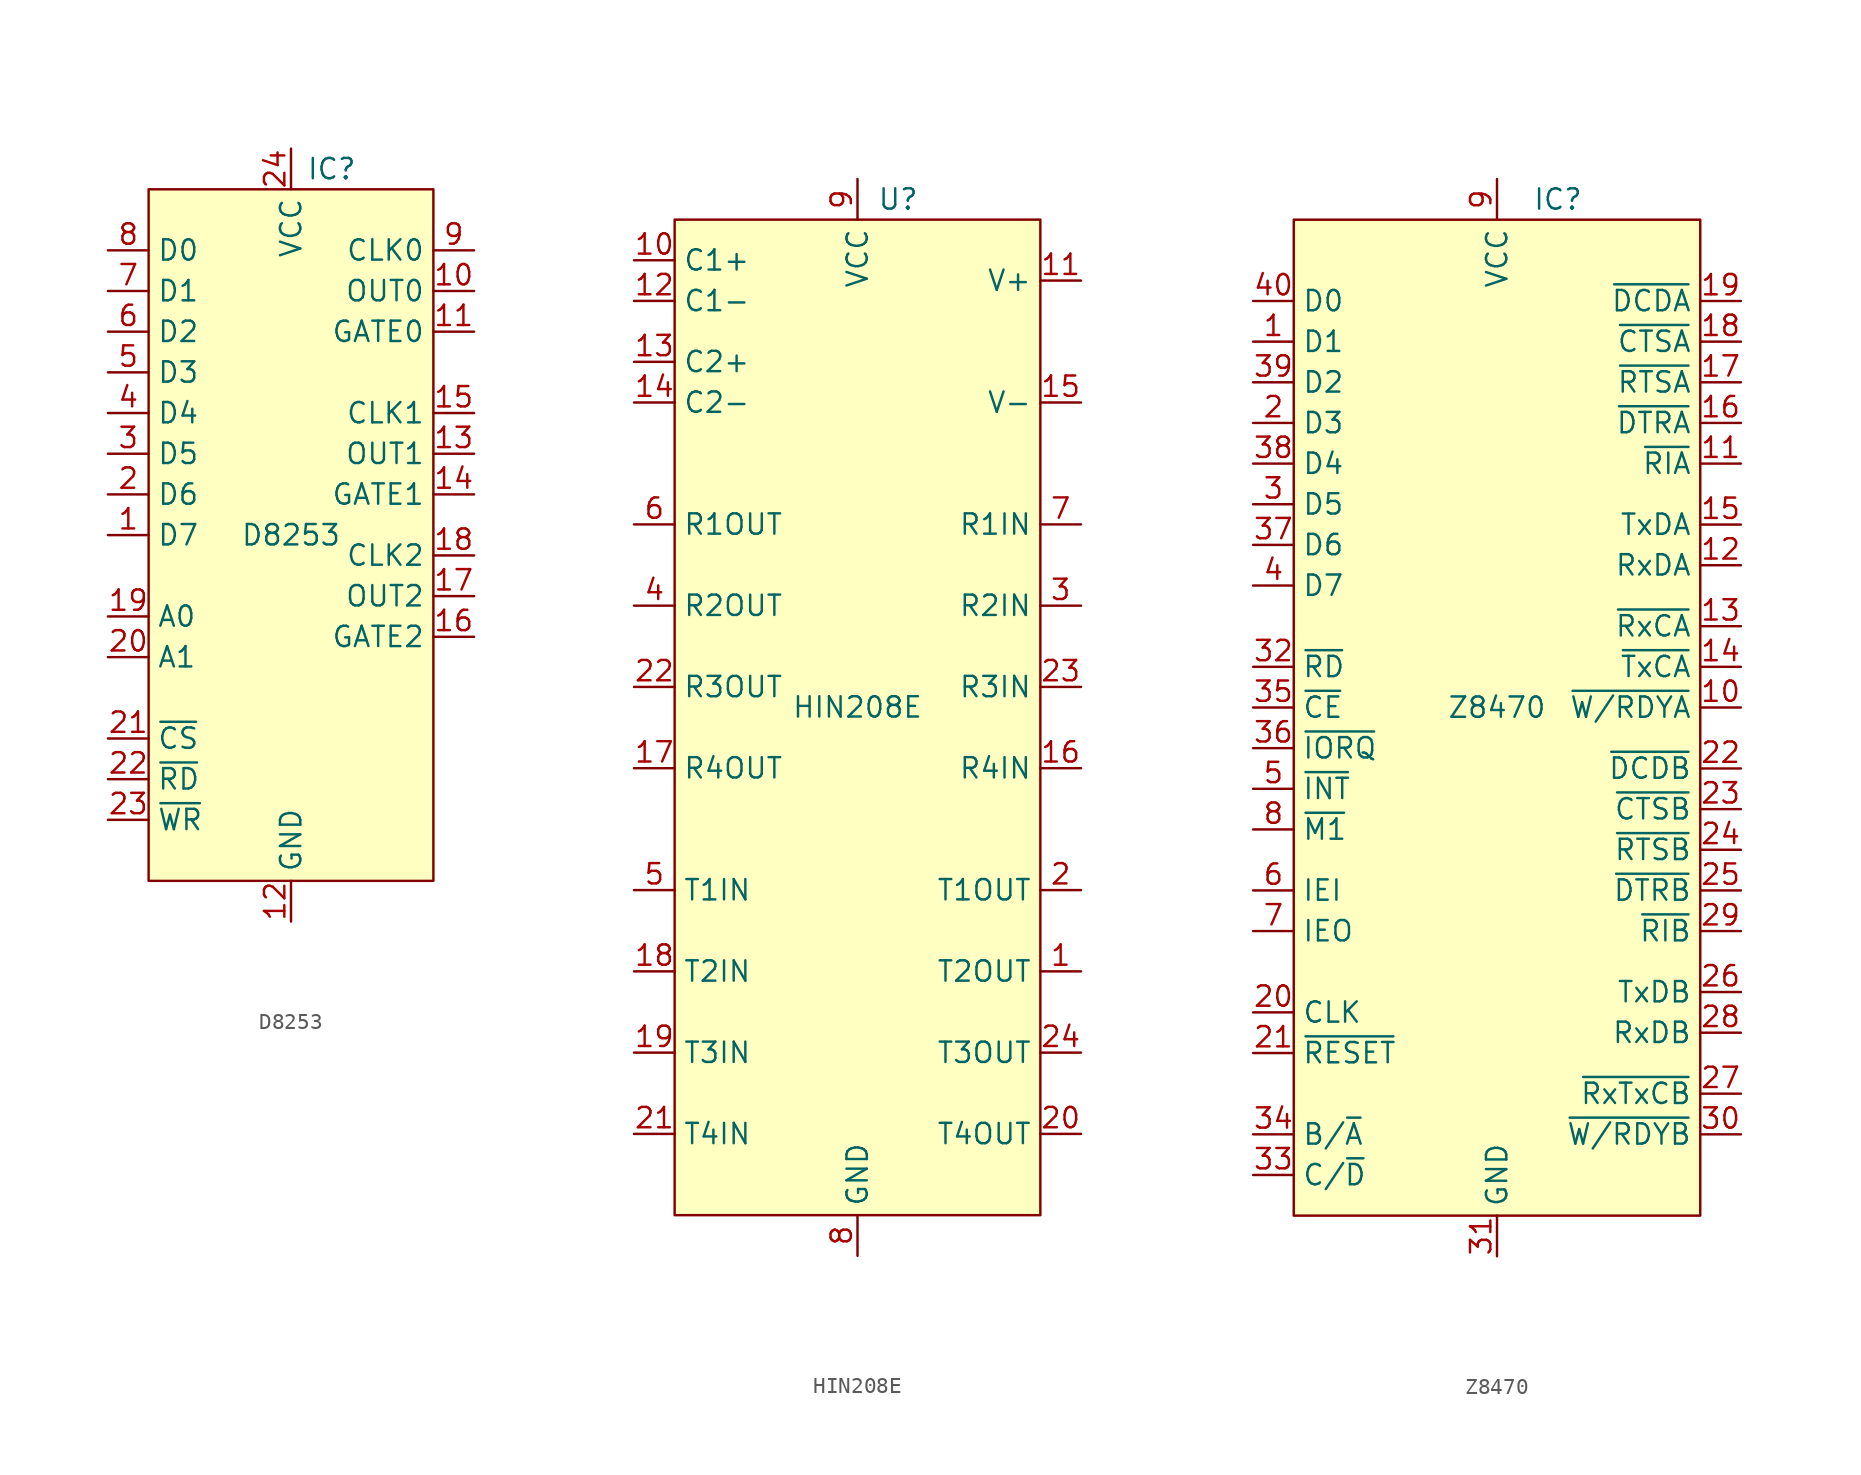
<source format=kicad_sym>
(kicad_symbol_lib
  (version 20220914)
  (generator kicad_symbol_editor)
  (symbol "D8253"
    (property "Reference" "IC"
      (at 2.54 22.86 0)
      (effects (font (size 1.27 1.27))))
    (property "Value" "D8253"
      (at 0 0 0)
      (effects (font (size 1.27 1.27))))
    (symbol "D8253_0_0"
      (pin bidirectional line (at -11.43 0 0) (length 2.54) (name "D7" (effects (font (size 1.27 1.27)))) (number "1" (effects (font (size 1.27 1.27)))))
      (pin passive line (at 11.43 15.24 180) (length 2.54) (name "OUT0" (effects (font (size 1.27 1.27)))) (number "10" (effects (font (size 1.27 1.27)))))
      (pin passive line (at 11.43 12.7 180) (length 2.54) (name "GATE0" (effects (font (size 1.27 1.27)))) (number "11" (effects (font (size 1.27 1.27)))))
      (pin power_in line (at 0 -24.13 90) (length 2.54) (name "GND" (effects (font (size 1.27 1.27)))) (number "12" (effects (font (size 1.27 1.27)))))
      (pin passive line (at 11.43 5.08 180) (length 2.54) (name "OUT1" (effects (font (size 1.27 1.27)))) (number "13" (effects (font (size 1.27 1.27)))))
      (pin passive line (at 11.43 2.54 180) (length 2.54) (name "GATE1" (effects (font (size 1.27 1.27)))) (number "14" (effects (font (size 1.27 1.27)))))
      (pin passive line (at 11.43 7.62 180) (length 2.54) (name "CLK1" (effects (font (size 1.27 1.27)))) (number "15" (effects (font (size 1.27 1.27)))))
      (pin passive line (at 11.43 -6.35 180) (length 2.54) (name "GATE2" (effects (font (size 1.27 1.27)))) (number "16" (effects (font (size 1.27 1.27)))))
      (pin passive line (at 11.43 -3.81 180) (length 2.54) (name "OUT2" (effects (font (size 1.27 1.27)))) (number "17" (effects (font (size 1.27 1.27)))))
      (pin passive line (at 11.43 -1.27 180) (length 2.54) (name "CLK2" (effects (font (size 1.27 1.27)))) (number "18" (effects (font (size 1.27 1.27)))))
      (pin input line (at -11.43 -5.08 0) (length 2.54) (name "A0" (effects (font (size 1.27 1.27)))) (number "19" (effects (font (size 1.27 1.27)))))
      (pin bidirectional line (at -11.43 2.54 0) (length 2.54) (name "D6" (effects (font (size 1.27 1.27)))) (number "2" (effects (font (size 1.27 1.27)))))
      (pin input line (at -11.43 -7.62 0) (length 2.54) (name "A1" (effects (font (size 1.27 1.27)))) (number "20" (effects (font (size 1.27 1.27)))))
      (pin input line (at -11.43 -12.7 0) (length 2.54) (name "~{CS}" (effects (font (size 1.27 1.27)))) (number "21" (effects (font (size 1.27 1.27)))))
      (pin input line (at -11.43 -15.24 0) (length 2.54) (name "~{RD}" (effects (font (size 1.27 1.27)))) (number "22" (effects (font (size 1.27 1.27)))))
      (pin input line (at -11.43 -17.78 0) (length 2.54) (name "~{WR}" (effects (font (size 1.27 1.27)))) (number "23" (effects (font (size 1.27 1.27)))))
      (pin power_in line (at 0 24.13 270) (length 2.54) (name "VCC" (effects (font (size 1.27 1.27)))) (number "24" (effects (font (size 1.27 1.27)))))
      (pin bidirectional line (at -11.43 5.08 0) (length 2.54) (name "D5" (effects (font (size 1.27 1.27)))) (number "3" (effects (font (size 1.27 1.27)))))
      (pin bidirectional line (at -11.43 7.62 0) (length 2.54) (name "D4" (effects (font (size 1.27 1.27)))) (number "4" (effects (font (size 1.27 1.27)))))
      (pin bidirectional line (at -11.43 10.16 0) (length 2.54) (name "D3" (effects (font (size 1.27 1.27)))) (number "5" (effects (font (size 1.27 1.27)))))
      (pin bidirectional line (at -11.43 12.7 0) (length 2.54) (name "D2" (effects (font (size 1.27 1.27)))) (number "6" (effects (font (size 1.27 1.27)))))
      (pin bidirectional line (at -11.43 15.24 0) (length 2.54) (name "D1" (effects (font (size 1.27 1.27)))) (number "7" (effects (font (size 1.27 1.27)))))
      (pin bidirectional line (at -11.43 17.78 0) (length 2.54) (name "D0" (effects (font (size 1.27 1.27)))) (number "8" (effects (font (size 1.27 1.27)))))
      (pin passive line (at 11.43 17.78 180) (length 2.54) (name "CLK0" (effects (font (size 1.27 1.27)))) (number "9" (effects (font (size 1.27 1.27))))))
    (symbol "D8253_1_1"
      (rectangle (start -8.89 21.59) (end 8.89 -21.59) (stroke (width 0) (type default)) (fill (type background)))))
  (symbol "HIN208E"
    (property "Reference" "U"
      (at 2.54 31.75 0)
      (effects (font (size 1.27 1.27))))
    (property "Value" "HIN208E"
      (at 0 0 0)
      (effects (font (size 1.27 1.27))))
    (symbol "HIN208E_0_0"
      (pin output line (at 13.97 -16.51 180) (length 2.54) (name "T2OUT" (effects (font (size 1.27 1.27)))) (number "1" (effects (font (size 1.27 1.27)))))
      (pin passive line (at -13.97 27.94 0) (length 2.54) (name "C1+" (effects (font (size 1.27 1.27)))) (number "10" (effects (font (size 1.27 1.27)))))
      (pin passive line (at 13.97 26.67 180) (length 2.54) (name "V+" (effects (font (size 1.27 1.27)))) (number "11" (effects (font (size 1.27 1.27)))))
      (pin passive line (at -13.97 25.4 0) (length 2.54) (name "C1-" (effects (font (size 1.27 1.27)))) (number "12" (effects (font (size 1.27 1.27)))))
      (pin passive line (at -13.97 21.59 0) (length 2.54) (name "C2+" (effects (font (size 1.27 1.27)))) (number "13" (effects (font (size 1.27 1.27)))))
      (pin passive line (at -13.97 19.05 0) (length 2.54) (name "C2-" (effects (font (size 1.27 1.27)))) (number "14" (effects (font (size 1.27 1.27)))))
      (pin passive line (at 13.97 19.05 180) (length 2.54) (name "V-" (effects (font (size 1.27 1.27)))) (number "15" (effects (font (size 1.27 1.27)))))
      (pin input line (at 13.97 -3.81 180) (length 2.54) (name "R4IN" (effects (font (size 1.27 1.27)))) (number "16" (effects (font (size 1.27 1.27)))))
      (pin output line (at -13.97 -3.81 0) (length 2.54) (name "R4OUT" (effects (font (size 1.27 1.27)))) (number "17" (effects (font (size 1.27 1.27)))))
      (pin input line (at -13.97 -21.59 0) (length 2.54) (name "T3IN" (effects (font (size 1.27 1.27)))) (number "19" (effects (font (size 1.27 1.27)))))
      (pin output line (at 13.97 -11.43 180) (length 2.54) (name "T1OUT" (effects (font (size 1.27 1.27)))) (number "2" (effects (font (size 1.27 1.27)))))
      (pin output line (at 13.97 -26.67 180) (length 2.54) (name "T4OUT" (effects (font (size 1.27 1.27)))) (number "20" (effects (font (size 1.27 1.27)))))
      (pin input line (at -13.97 -26.67 0) (length 2.54) (name "T4IN" (effects (font (size 1.27 1.27)))) (number "21" (effects (font (size 1.27 1.27)))))
      (pin input line (at 13.97 1.27 180) (length 2.54) (name "R3IN" (effects (font (size 1.27 1.27)))) (number "23" (effects (font (size 1.27 1.27)))))
      (pin output line (at 13.97 -21.59 180) (length 2.54) (name "T3OUT" (effects (font (size 1.27 1.27)))) (number "24" (effects (font (size 1.27 1.27)))))
      (pin input line (at 13.97 6.35 180) (length 2.54) (name "R2IN" (effects (font (size 1.27 1.27)))) (number "3" (effects (font (size 1.27 1.27)))))
      (pin output line (at -13.97 6.35 0) (length 2.54) (name "R2OUT" (effects (font (size 1.27 1.27)))) (number "4" (effects (font (size 1.27 1.27)))))
      (pin input line (at -13.97 -11.43 0) (length 2.54) (name "T1IN" (effects (font (size 1.27 1.27)))) (number "5" (effects (font (size 1.27 1.27)))))
      (pin output line (at -13.97 11.43 0) (length 2.54) (name "R1OUT" (effects (font (size 1.27 1.27)))) (number "6" (effects (font (size 1.27 1.27)))))
      (pin input line (at 13.97 11.43 180) (length 2.54) (name "R1IN" (effects (font (size 1.27 1.27)))) (number "7" (effects (font (size 1.27 1.27)))))
      (pin power_in line (at 0 -34.29 90) (length 2.54) (name "GND" (effects (font (size 1.27 1.27)))) (number "8" (effects (font (size 1.27 1.27)))))
      (pin power_in line (at 0 33.02 270) (length 2.54) (name "VCC" (effects (font (size 1.27 1.27)))) (number "9" (effects (font (size 1.27 1.27))))))
    (symbol "HIN208E_1_0"
      (pin input line (at -13.97 -16.51 0) (length 2.54) (name "T2IN" (effects (font (size 1.27 1.27)))) (number "18" (effects (font (size 1.27 1.27)))))
      (pin output line (at -13.97 1.27 0) (length 2.54) (name "R3OUT" (effects (font (size 1.27 1.27)))) (number "22" (effects (font (size 1.27 1.27))))))
    (symbol "HIN208E_1_1"
      (rectangle (start -11.43 30.48) (end 11.43 -31.75) (stroke (width 0) (type default)) (fill (type background)))))
  (symbol "Z8470"
    (property "Reference" "IC"
      (at 3.81 31.75 0)
      (effects (font (size 1.27 1.27))))
    (property "Value" "Z8470"
      (at 0 0 0)
      (effects (font (size 1.27 1.27))))
    (symbol "Z8470_0_0"
      (pin bidirectional line (at -15.24 22.86 0) (length 2.54) (name "D1" (effects (font (size 1.27 1.27)))) (number "1" (effects (font (size 1.27 1.27)))))
      (pin passive line (at 15.24 0 180) (length 2.54) (name "~{W/RDYA}" (effects (font (size 1.27 1.27)))) (number "10" (effects (font (size 1.27 1.27)))))
      (pin passive line (at 15.24 15.24 180) (length 2.54) (name "~{RIA}" (effects (font (size 1.27 1.27)))) (number "11" (effects (font (size 1.27 1.27)))))
      (pin passive line (at 15.24 8.89 180) (length 2.54) (name "RxDA" (effects (font (size 1.27 1.27)))) (number "12" (effects (font (size 1.27 1.27)))))
      (pin passive line (at 15.24 5.08 180) (length 2.54) (name "~{RxCA}" (effects (font (size 1.27 1.27)))) (number "13" (effects (font (size 1.27 1.27)))))
      (pin passive line (at 15.24 2.54 180) (length 2.54) (name "~{TxCA}" (effects (font (size 1.27 1.27)))) (number "14" (effects (font (size 1.27 1.27)))))
      (pin passive line (at 15.24 11.43 180) (length 2.54) (name "TxDA" (effects (font (size 1.27 1.27)))) (number "15" (effects (font (size 1.27 1.27)))))
      (pin passive line (at 15.24 17.78 180) (length 2.54) (name "~{DTRA}" (effects (font (size 1.27 1.27)))) (number "16" (effects (font (size 1.27 1.27)))))
      (pin power_out line (at 15.24 20.32 180) (length 2.54) (name "~{RTSA}" (effects (font (size 1.27 1.27)))) (number "17" (effects (font (size 1.27 1.27)))))
      (pin passive line (at 15.24 22.86 180) (length 2.54) (name "~{CTSA}" (effects (font (size 1.27 1.27)))) (number "18" (effects (font (size 1.27 1.27)))))
      (pin passive line (at 15.24 25.4 180) (length 2.54) (name "~{DCDA}" (effects (font (size 1.27 1.27)))) (number "19" (effects (font (size 1.27 1.27)))))
      (pin bidirectional line (at -15.24 17.78 0) (length 2.54) (name "D3" (effects (font (size 1.27 1.27)))) (number "2" (effects (font (size 1.27 1.27)))))
      (pin input line (at -15.24 -19.05 0) (length 2.54) (name "CLK" (effects (font (size 1.27 1.27)))) (number "20" (effects (font (size 1.27 1.27)))))
      (pin passive line (at -15.24 -21.59 0) (length 2.54) (name "~{RESET}" (effects (font (size 1.27 1.27)))) (number "21" (effects (font (size 1.27 1.27)))))
      (pin passive line (at 15.24 -3.81 180) (length 2.54) (name "~{DCDB}" (effects (font (size 1.27 1.27)))) (number "22" (effects (font (size 1.27 1.27)))))
      (pin passive line (at 15.24 -6.35 180) (length 2.54) (name "~{CTSB}" (effects (font (size 1.27 1.27)))) (number "23" (effects (font (size 1.27 1.27)))))
      (pin passive line (at 15.24 -8.89 180) (length 2.54) (name "~{RTSB}" (effects (font (size 1.27 1.27)))) (number "24" (effects (font (size 1.27 1.27)))))
      (pin passive line (at 15.24 -11.43 180) (length 2.54) (name "~{DTRB}" (effects (font (size 1.27 1.27)))) (number "25" (effects (font (size 1.27 1.27)))))
      (pin passive line (at 15.24 -17.78 180) (length 2.54) (name "TxDB" (effects (font (size 1.27 1.27)))) (number "26" (effects (font (size 1.27 1.27)))))
      (pin passive line (at 15.24 -24.13 180) (length 2.54) (name "~{RxTxCB}" (effects (font (size 1.27 1.27)))) (number "27" (effects (font (size 1.27 1.27)))))
      (pin passive line (at 15.24 -20.32 180) (length 2.54) (name "RxDB" (effects (font (size 1.27 1.27)))) (number "28" (effects (font (size 1.27 1.27)))))
      (pin passive line (at 15.24 -13.97 180) (length 2.54) (name "~{RIB}" (effects (font (size 1.27 1.27)))) (number "29" (effects (font (size 1.27 1.27)))))
      (pin bidirectional line (at -15.24 12.7 0) (length 2.54) (name "D5" (effects (font (size 1.27 1.27)))) (number "3" (effects (font (size 1.27 1.27)))))
      (pin passive line (at 15.24 -26.67 180) (length 2.54) (name "~{W/RDYB}" (effects (font (size 1.27 1.27)))) (number "30" (effects (font (size 1.27 1.27)))))
      (pin power_in line (at 0 -34.29 90) (length 2.54) (name "GND" (effects (font (size 1.27 1.27)))) (number "31" (effects (font (size 1.27 1.27)))))
      (pin input line (at -15.24 2.54 0) (length 2.54) (name "~{RD}" (effects (font (size 1.27 1.27)))) (number "32" (effects (font (size 1.27 1.27)))))
      (pin passive line (at -15.24 -29.21 0) (length 2.54) (name "C/~{D}" (effects (font (size 1.27 1.27)))) (number "33" (effects (font (size 1.27 1.27)))))
      (pin passive line (at -15.24 -26.67 0) (length 2.54) (name "B/~{A}" (effects (font (size 1.27 1.27)))) (number "34" (effects (font (size 1.27 1.27)))))
      (pin input line (at -15.24 0 0) (length 2.54) (name "~{CE}" (effects (font (size 1.27 1.27)))) (number "35" (effects (font (size 1.27 1.27)))))
      (pin passive line (at -15.24 -2.54 0) (length 2.54) (name "~{IORQ}" (effects (font (size 1.27 1.27)))) (number "36" (effects (font (size 1.27 1.27)))))
      (pin bidirectional line (at -15.24 15.24 0) (length 2.54) (name "D4" (effects (font (size 1.27 1.27)))) (number "38" (effects (font (size 1.27 1.27)))))
      (pin bidirectional line (at -15.24 20.32 0) (length 2.54) (name "D2" (effects (font (size 1.27 1.27)))) (number "39" (effects (font (size 1.27 1.27)))))
      (pin bidirectional line (at -15.24 7.62 0) (length 2.54) (name "D7" (effects (font (size 1.27 1.27)))) (number "4" (effects (font (size 1.27 1.27)))))
      (pin bidirectional line (at -15.24 25.4 0) (length 2.54) (name "D0" (effects (font (size 1.27 1.27)))) (number "40" (effects (font (size 1.27 1.27)))))
      (pin passive line (at -15.24 -5.08 0) (length 2.54) (name "~{INT}" (effects (font (size 1.27 1.27)))) (number "5" (effects (font (size 1.27 1.27)))))
      (pin passive line (at -15.24 -11.43 0) (length 2.54) (name "IEI" (effects (font (size 1.27 1.27)))) (number "6" (effects (font (size 1.27 1.27)))))
      (pin passive line (at -15.24 -13.97 0) (length 2.54) (name "IEO" (effects (font (size 1.27 1.27)))) (number "7" (effects (font (size 1.27 1.27)))))
      (pin passive line (at -15.24 -7.62 0) (length 2.54) (name "~{M1}" (effects (font (size 1.27 1.27)))) (number "8" (effects (font (size 1.27 1.27)))))
      (pin power_in line (at 0 33.02 270) (length 2.54) (name "VCC" (effects (font (size 1.27 1.27)))) (number "9" (effects (font (size 1.27 1.27))))))
    (symbol "Z8470_1_0"
      (pin bidirectional line (at -15.24 10.16 0) (length 2.54) (name "D6" (effects (font (size 1.27 1.27)))) (number "37" (effects (font (size 1.27 1.27))))))
    (symbol "Z8470_1_1"
      (rectangle (start -12.7 30.48) (end 12.7 -31.75) (stroke (width 0) (type default)) (fill (type background))))))
</source>
